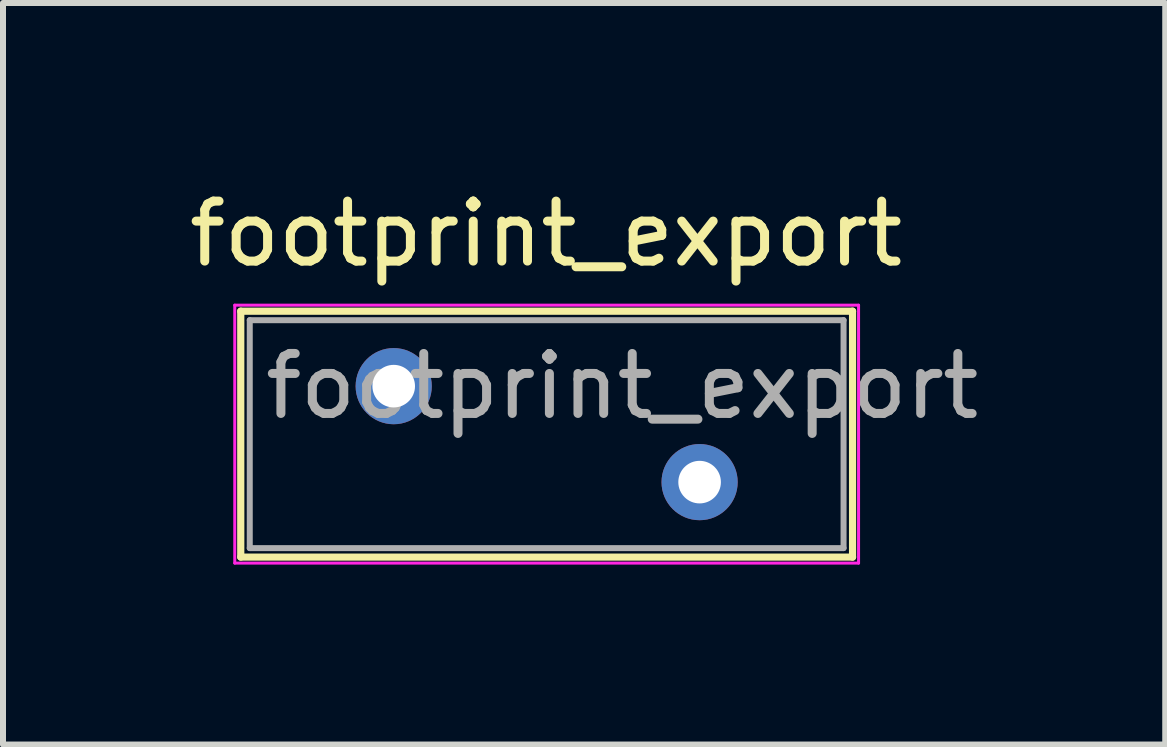
<source format=kicad_pcb>
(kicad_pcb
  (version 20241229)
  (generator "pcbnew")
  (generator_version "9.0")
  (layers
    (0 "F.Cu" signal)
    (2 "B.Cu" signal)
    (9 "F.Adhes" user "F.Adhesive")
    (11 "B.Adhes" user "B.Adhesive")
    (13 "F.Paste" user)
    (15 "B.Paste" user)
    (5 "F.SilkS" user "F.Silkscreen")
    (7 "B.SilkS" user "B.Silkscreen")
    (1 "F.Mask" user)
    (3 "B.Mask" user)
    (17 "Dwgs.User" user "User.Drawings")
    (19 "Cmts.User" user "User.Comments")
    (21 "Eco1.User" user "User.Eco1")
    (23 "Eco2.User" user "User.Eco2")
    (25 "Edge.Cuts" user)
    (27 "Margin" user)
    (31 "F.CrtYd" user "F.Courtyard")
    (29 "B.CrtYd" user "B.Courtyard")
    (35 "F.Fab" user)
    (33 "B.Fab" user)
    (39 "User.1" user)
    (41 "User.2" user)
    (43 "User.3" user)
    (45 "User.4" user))
  (footprint "footprint_export"
    (layer "F.Cu")
    (at 3.514 3.388)
    (property "Reference" "footprint_export" (at 2.54 -2.54 0) (layer "F.SilkS") (effects (font (size 1 1) (thickness 0.15))))
    (attr through_hole)
    (fp_line (start -2.55 -1.25) (end -2.55 2.85) (stroke (width 0.12) (type solid)) (layer "F.SilkS"))
    (fp_line (start -2.55 -1.25) (end 7.65 -1.25) (stroke (width 0.12) (type solid)) (layer "F.SilkS"))
    (fp_line (start -2.55 2.85) (end 7.65 2.85) (stroke (width 0.12) (type solid)) (layer "F.SilkS"))
    (fp_line (start 7.65 -1.25) (end 7.65 2.85) (stroke (width 0.12) (type solid)) (layer "F.SilkS"))
    (fp_line (start -2.65 -1.35) (end -2.65 2.95) (stroke (width 0.05) (type solid)) (layer "F.CrtYd"))
    (fp_line (start -2.65 -1.35) (end 7.75 -1.35) (stroke (width 0.05) (type solid)) (layer "F.CrtYd"))
    (fp_line (start -2.65 2.95) (end 7.75 2.95) (stroke (width 0.05) (type solid)) (layer "F.CrtYd"))
    (fp_line (start 7.75 -1.35) (end 7.75 2.95) (stroke (width 0.05) (type solid)) (layer "F.CrtYd"))
    (fp_line (start -2.4 -1.1) (end -2.4 2.7) (stroke (width 0.1) (type solid)) (layer "F.Fab"))
    (fp_line (start -2.4 -1.1) (end 7.5 -1.1) (stroke (width 0.1) (type solid)) (layer "F.Fab"))
    (fp_line (start -2.4 2.7) (end 7.5 2.7) (stroke (width 0.1) (type solid)) (layer "F.Fab"))
    (fp_line (start 7.5 -1.1) (end 7.5 2.7) (stroke (width 0.1) (type solid)) (layer "F.Fab"))
    (fp_text user "${REFERENCE}" (at 3.81 0 0) (layer "F.Fab") (effects (font (size 1 1) (thickness 0.15))))
    (pad "1" thru_hole circle (at 0 0) (size 1.27 1.27) (drill 0.71) (layers "*.Cu" "*.Mask"))
    (pad "2" thru_hole circle (at 5.1 1.6) (size 1.27 1.27) (drill 0.71) (layers "*.Cu" "*.Mask")))
  (gr_rect
    (start -3 -3)
    (end 16.377 9.363)
    (stroke (width 0.1) (type default))
    (fill no)
    (layer "Edge.Cuts")))
</source>
